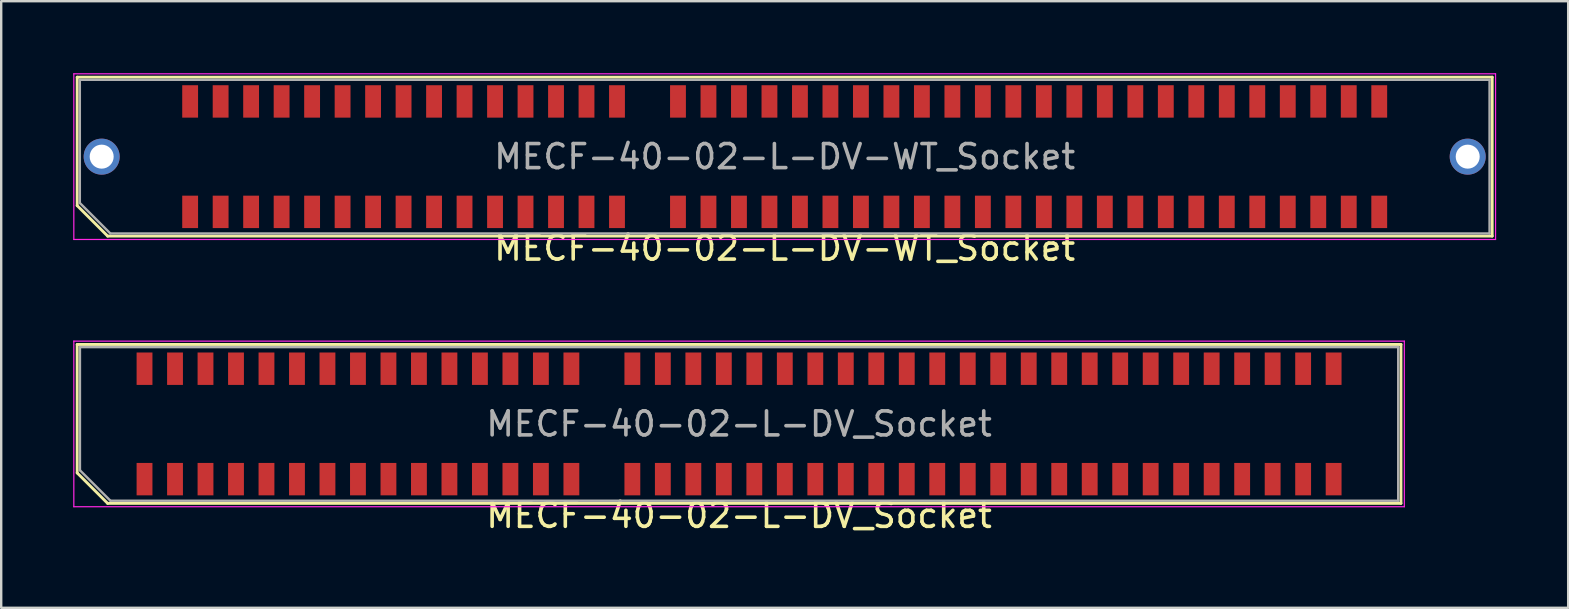
<source format=kicad_pcb>
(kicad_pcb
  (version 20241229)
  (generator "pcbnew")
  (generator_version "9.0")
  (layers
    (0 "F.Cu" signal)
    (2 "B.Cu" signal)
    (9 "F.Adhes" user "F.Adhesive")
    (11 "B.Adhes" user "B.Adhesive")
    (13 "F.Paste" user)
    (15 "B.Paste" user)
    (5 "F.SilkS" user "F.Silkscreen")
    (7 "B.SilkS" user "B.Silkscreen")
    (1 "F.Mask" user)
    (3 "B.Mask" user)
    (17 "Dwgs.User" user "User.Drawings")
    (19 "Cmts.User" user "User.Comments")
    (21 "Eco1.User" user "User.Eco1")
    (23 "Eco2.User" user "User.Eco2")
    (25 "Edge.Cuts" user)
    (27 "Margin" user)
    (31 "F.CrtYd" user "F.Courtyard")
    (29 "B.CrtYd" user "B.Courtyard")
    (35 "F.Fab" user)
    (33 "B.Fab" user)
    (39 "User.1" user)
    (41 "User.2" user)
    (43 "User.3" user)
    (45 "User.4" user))
  (footprint "MECF-40-02-L-DV-WT_Socket"
    (layer "F.Cu")
    (at 29.635 3.475)
    (property "Reference" "MECF-40-02-L-DV-WT_Socket" (at 0 3.81 0) (layer "F.SilkS") (effects (font (size 1 1) (thickness 0.15))))
    (attr smd)
    (fp_line (start -29.47 -3.31) (end 29.47 -3.31) (stroke (width 0.12) (type solid)) (layer "F.SilkS"))
    (fp_line (start -29.47 2.04) (end -29.47 -3.31) (stroke (width 0.12) (type solid)) (layer "F.SilkS"))
    (fp_line (start -28.2 3.31) (end -29.47 2.04) (stroke (width 0.12) (type solid)) (layer "F.SilkS"))
    (fp_line (start -28.2 3.31) (end 29.47 3.31) (stroke (width 0.12) (type solid)) (layer "F.SilkS"))
    (fp_line (start 29.47 3.31) (end 29.47 -3.31) (stroke (width 0.12) (type solid)) (layer "F.SilkS"))
    (fp_line (start -29.61 -3.45) (end -29.61 3.45) (stroke (width 0.05) (type solid)) (layer "F.CrtYd"))
    (fp_line (start -29.61 3.45) (end 29.61 3.45) (stroke (width 0.05) (type solid)) (layer "F.CrtYd"))
    (fp_line (start 29.61 -3.45) (end -29.61 -3.45) (stroke (width 0.05) (type solid)) (layer "F.CrtYd"))
    (fp_line (start 29.61 3.45) (end 29.61 -3.45) (stroke (width 0.05) (type solid)) (layer "F.CrtYd"))
    (fp_line (start -29.36 -3.2) (end 29.36 -3.2) (stroke (width 0.1) (type solid)) (layer "F.Fab"))
    (fp_line (start -29.36 1.93) (end -29.36 -3.2) (stroke (width 0.1) (type solid)) (layer "F.Fab"))
    (fp_line (start -29.36 1.93) (end -28.09 3.2) (stroke (width 0.1) (type solid)) (layer "F.Fab"))
    (fp_line (start -28.09 3.2) (end 29.36 3.2) (stroke (width 0.1) (type solid)) (layer "F.Fab"))
    (fp_line (start 29.36 3.2) (end 29.36 -3.2) (stroke (width 0.1) (type solid)) (layer "F.Fab"))
    (fp_text user "${REFERENCE}" (at 0 0 0) (layer "F.Fab") (effects (font (size 1 1) (thickness 0.15))))
    (pad "" thru_hole circle (at -28.45 0) (size 1.5 1.5) (drill 1) (layers "*.Cu" "*.Mask"))
    (pad "" np_thru_hole circle (at -26.545 0) (size 0.001 0.001) (drill 1.45) (layers "*.Cu" "*.Mask"))
    (pad "" np_thru_hole circle (at 26.545 1) (size 0.001 0.001) (drill 1.45) (layers "*.Cu" "*.Mask"))
    (pad "" thru_hole circle (at 28.45 0) (size 1.5 1.5) (drill 1) (layers "*.Cu" "*.Mask"))
    (pad "1" smd rect (at -24.765 2.3) (size 0.66 1.35) (layers "F.Cu" "F.Mask" "F.Paste"))
    (pad "2" smd rect (at -24.765 -2.3) (size 0.66 1.35) (layers "F.Cu" "F.Mask" "F.Paste"))
    (pad "3" smd rect (at -23.495 2.3) (size 0.66 1.35) (layers "F.Cu" "F.Mask" "F.Paste"))
    (pad "4" smd rect (at -23.495 -2.3) (size 0.66 1.35) (layers "F.Cu" "F.Mask" "F.Paste"))
    (pad "5" smd rect (at -22.225 2.3) (size 0.66 1.35) (layers "F.Cu" "F.Mask" "F.Paste"))
    (pad "6" smd rect (at -22.225 -2.3) (size 0.66 1.35) (layers "F.Cu" "F.Mask" "F.Paste"))
    (pad "7" smd rect (at -20.955 2.3) (size 0.66 1.35) (layers "F.Cu" "F.Mask" "F.Paste"))
    (pad "8" smd rect (at -20.955 -2.3) (size 0.66 1.35) (layers "F.Cu" "F.Mask" "F.Paste"))
    (pad "9" smd rect (at -19.685 2.3) (size 0.66 1.35) (layers "F.Cu" "F.Mask" "F.Paste"))
    (pad "10" smd rect (at -19.685 -2.3) (size 0.66 1.35) (layers "F.Cu" "F.Mask" "F.Paste"))
    (pad "11" smd rect (at -18.415 2.3) (size 0.66 1.35) (layers "F.Cu" "F.Mask" "F.Paste"))
    (pad "12" smd rect (at -18.415 -2.3) (size 0.66 1.35) (layers "F.Cu" "F.Mask" "F.Paste"))
    (pad "13" smd rect (at -17.145 2.3) (size 0.66 1.35) (layers "F.Cu" "F.Mask" "F.Paste"))
    (pad "14" smd rect (at -17.145 -2.3) (size 0.66 1.35) (layers "F.Cu" "F.Mask" "F.Paste"))
    (pad "15" smd rect (at -15.875 2.3) (size 0.66 1.35) (layers "F.Cu" "F.Mask" "F.Paste"))
    (pad "16" smd rect (at -15.875 -2.3) (size 0.66 1.35) (layers "F.Cu" "F.Mask" "F.Paste"))
    (pad "17" smd rect (at -14.605 2.3) (size 0.66 1.35) (layers "F.Cu" "F.Mask" "F.Paste"))
    (pad "18" smd rect (at -14.605 -2.3) (size 0.66 1.35) (layers "F.Cu" "F.Mask" "F.Paste"))
    (pad "19" smd rect (at -13.335 2.3) (size 0.66 1.35) (layers "F.Cu" "F.Mask" "F.Paste"))
    (pad "20" smd rect (at -13.335 -2.3) (size 0.66 1.35) (layers "F.Cu" "F.Mask" "F.Paste"))
    (pad "21" smd rect (at -12.065 2.3) (size 0.66 1.35) (layers "F.Cu" "F.Mask" "F.Paste"))
    (pad "22" smd rect (at -12.065 -2.3) (size 0.66 1.35) (layers "F.Cu" "F.Mask" "F.Paste"))
    (pad "23" smd rect (at -10.795 2.3) (size 0.66 1.35) (layers "F.Cu" "F.Mask" "F.Paste"))
    (pad "24" smd rect (at -10.795 -2.3) (size 0.66 1.35) (layers "F.Cu" "F.Mask" "F.Paste"))
    (pad "25" smd rect (at -9.525 2.3) (size 0.66 1.35) (layers "F.Cu" "F.Mask" "F.Paste"))
    (pad "26" smd rect (at -9.525 -2.3) (size 0.66 1.35) (layers "F.Cu" "F.Mask" "F.Paste"))
    (pad "27" smd rect (at -8.255 2.3) (size 0.66 1.35) (layers "F.Cu" "F.Mask" "F.Paste"))
    (pad "28" smd rect (at -8.255 -2.3) (size 0.66 1.35) (layers "F.Cu" "F.Mask" "F.Paste"))
    (pad "29" smd rect (at -6.985 2.3) (size 0.66 1.35) (layers "F.Cu" "F.Mask" "F.Paste"))
    (pad "30" smd rect (at -6.985 -2.3) (size 0.66 1.35) (layers "F.Cu" "F.Mask" "F.Paste"))
    (pad "33" smd rect (at -4.445 2.3) (size 0.66 1.35) (layers "F.Cu" "F.Mask" "F.Paste"))
    (pad "34" smd rect (at -4.445 -2.3) (size 0.66 1.35) (layers "F.Cu" "F.Mask" "F.Paste"))
    (pad "35" smd rect (at -3.175 2.3) (size 0.66 1.35) (layers "F.Cu" "F.Mask" "F.Paste"))
    (pad "36" smd rect (at -3.175 -2.3) (size 0.66 1.35) (layers "F.Cu" "F.Mask" "F.Paste"))
    (pad "37" smd rect (at -1.905 2.3) (size 0.66 1.35) (layers "F.Cu" "F.Mask" "F.Paste"))
    (pad "38" smd rect (at -1.905 -2.3) (size 0.66 1.35) (layers "F.Cu" "F.Mask" "F.Paste"))
    (pad "39" smd rect (at -0.635 2.3) (size 0.66 1.35) (layers "F.Cu" "F.Mask" "F.Paste"))
    (pad "40" smd rect (at -0.635 -2.3) (size 0.66 1.35) (layers "F.Cu" "F.Mask" "F.Paste"))
    (pad "41" smd rect (at 0.635 2.3) (size 0.66 1.35) (layers "F.Cu" "F.Mask" "F.Paste"))
    (pad "42" smd rect (at 0.635 -2.3) (size 0.66 1.35) (layers "F.Cu" "F.Mask" "F.Paste"))
    (pad "43" smd rect (at 1.905 2.3) (size 0.66 1.35) (layers "F.Cu" "F.Mask" "F.Paste"))
    (pad "44" smd rect (at 1.905 -2.3) (size 0.66 1.35) (layers "F.Cu" "F.Mask" "F.Paste"))
    (pad "45" smd rect (at 3.175 2.3) (size 0.66 1.35) (layers "F.Cu" "F.Mask" "F.Paste"))
    (pad "46" smd rect (at 3.175 -2.3) (size 0.66 1.35) (layers "F.Cu" "F.Mask" "F.Paste"))
    (pad "47" smd rect (at 4.445 2.3) (size 0.66 1.35) (layers "F.Cu" "F.Mask" "F.Paste"))
    (pad "48" smd rect (at 4.445 -2.3) (size 0.66 1.35) (layers "F.Cu" "F.Mask" "F.Paste"))
    (pad "49" smd rect (at 5.715 2.3) (size 0.66 1.35) (layers "F.Cu" "F.Mask" "F.Paste"))
    (pad "50" smd rect (at 5.715 -2.3) (size 0.66 1.35) (layers "F.Cu" "F.Mask" "F.Paste"))
    (pad "51" smd rect (at 6.985 2.3) (size 0.66 1.35) (layers "F.Cu" "F.Mask" "F.Paste"))
    (pad "52" smd rect (at 6.985 -2.3) (size 0.66 1.35) (layers "F.Cu" "F.Mask" "F.Paste"))
    (pad "53" smd rect (at 8.255 2.3) (size 0.66 1.35) (layers "F.Cu" "F.Mask" "F.Paste"))
    (pad "54" smd rect (at 8.255 -2.3) (size 0.66 1.35) (layers "F.Cu" "F.Mask" "F.Paste"))
    (pad "55" smd rect (at 9.525 2.3) (size 0.66 1.35) (layers "F.Cu" "F.Mask" "F.Paste"))
    (pad "56" smd rect (at 9.525 -2.3) (size 0.66 1.35) (layers "F.Cu" "F.Mask" "F.Paste"))
    (pad "57" smd rect (at 10.795 2.3) (size 0.66 1.35) (layers "F.Cu" "F.Mask" "F.Paste"))
    (pad "58" smd rect (at 10.795 -2.3) (size 0.66 1.35) (layers "F.Cu" "F.Mask" "F.Paste"))
    (pad "59" smd rect (at 12.065 2.3) (size 0.66 1.35) (layers "F.Cu" "F.Mask" "F.Paste"))
    (pad "60" smd rect (at 12.065 -2.3) (size 0.66 1.35) (layers "F.Cu" "F.Mask" "F.Paste"))
    (pad "61" smd rect (at 13.335 2.3) (size 0.66 1.35) (layers "F.Cu" "F.Mask" "F.Paste"))
    (pad "62" smd rect (at 13.335 -2.3) (size 0.66 1.35) (layers "F.Cu" "F.Mask" "F.Paste"))
    (pad "63" smd rect (at 14.605 2.3) (size 0.66 1.35) (layers "F.Cu" "F.Mask" "F.Paste"))
    (pad "64" smd rect (at 14.605 -2.3) (size 0.66 1.35) (layers "F.Cu" "F.Mask" "F.Paste"))
    (pad "65" smd rect (at 15.875 2.3) (size 0.66 1.35) (layers "F.Cu" "F.Mask" "F.Paste"))
    (pad "66" smd rect (at 15.875 -2.3) (size 0.66 1.35) (layers "F.Cu" "F.Mask" "F.Paste"))
    (pad "67" smd rect (at 17.145 2.3) (size 0.66 1.35) (layers "F.Cu" "F.Mask" "F.Paste"))
    (pad "68" smd rect (at 17.145 -2.3) (size 0.66 1.35) (layers "F.Cu" "F.Mask" "F.Paste"))
    (pad "69" smd rect (at 18.415 2.3) (size 0.66 1.35) (layers "F.Cu" "F.Mask" "F.Paste"))
    (pad "70" smd rect (at 18.415 -2.3) (size 0.66 1.35) (layers "F.Cu" "F.Mask" "F.Paste"))
    (pad "71" smd rect (at 19.685 2.3) (size 0.66 1.35) (layers "F.Cu" "F.Mask" "F.Paste"))
    (pad "72" smd rect (at 19.685 -2.3) (size 0.66 1.35) (layers "F.Cu" "F.Mask" "F.Paste"))
    (pad "73" smd rect (at 20.955 2.3) (size 0.66 1.35) (layers "F.Cu" "F.Mask" "F.Paste"))
    (pad "74" smd rect (at 20.955 -2.3) (size 0.66 1.35) (layers "F.Cu" "F.Mask" "F.Paste"))
    (pad "75" smd rect (at 22.225 2.3) (size 0.66 1.35) (layers "F.Cu" "F.Mask" "F.Paste"))
    (pad "76" smd rect (at 22.225 -2.3) (size 0.66 1.35) (layers "F.Cu" "F.Mask" "F.Paste"))
    (pad "77" smd rect (at 23.495 2.3) (size 0.66 1.35) (layers "F.Cu" "F.Mask" "F.Paste"))
    (pad "78" smd rect (at 23.495 -2.3) (size 0.66 1.35) (layers "F.Cu" "F.Mask" "F.Paste"))
    (pad "79" smd rect (at 24.765 2.3) (size 0.66 1.35) (layers "F.Cu" "F.Mask" "F.Paste"))
    (pad "80" smd rect (at 24.765 -2.3) (size 0.66 1.35) (layers "F.Cu" "F.Mask" "F.Paste")))
  (footprint "MECF-40-02-L-DV_Socket"
    (layer "F.Cu")
    (at 27.735 14.608)
    (property "Reference" "MECF-40-02-L-DV_Socket" (at 0 3.81 0) (layer "F.SilkS") (effects (font (size 1 1) (thickness 0.15))))
    (attr smd)
    (fp_line (start -27.57 -3.31) (end 27.57 -3.31) (stroke (width 0.12) (type solid)) (layer "F.SilkS"))
    (fp_line (start -27.57 2.04) (end -27.57 -3.31) (stroke (width 0.12) (type solid)) (layer "F.SilkS"))
    (fp_line (start -26.3 3.31) (end -27.57 2.04) (stroke (width 0.12) (type solid)) (layer "F.SilkS"))
    (fp_line (start -26.3 3.31) (end 27.57 3.31) (stroke (width 0.12) (type solid)) (layer "F.SilkS"))
    (fp_line (start 27.57 3.31) (end 27.57 -3.31) (stroke (width 0.12) (type solid)) (layer "F.SilkS"))
    (fp_line (start -27.71 -3.45) (end -27.71 3.45) (stroke (width 0.05) (type solid)) (layer "F.CrtYd"))
    (fp_line (start -27.71 3.45) (end 27.71 3.45) (stroke (width 0.05) (type solid)) (layer "F.CrtYd"))
    (fp_line (start 27.71 -3.45) (end -27.71 -3.45) (stroke (width 0.05) (type solid)) (layer "F.CrtYd"))
    (fp_line (start 27.71 3.45) (end 27.71 -3.45) (stroke (width 0.05) (type solid)) (layer "F.CrtYd"))
    (fp_line (start -27.455 -3.2) (end 27.455 -3.2) (stroke (width 0.1) (type solid)) (layer "F.Fab"))
    (fp_line (start -27.455 1.93) (end -27.455 -3.2) (stroke (width 0.1) (type solid)) (layer "F.Fab"))
    (fp_line (start -27.455 1.93) (end -26.185 3.2) (stroke (width 0.1) (type solid)) (layer "F.Fab"))
    (fp_line (start -26.185 3.2) (end 27.455 3.2) (stroke (width 0.1) (type solid)) (layer "F.Fab"))
    (fp_line (start 27.455 3.2) (end 27.455 -3.2) (stroke (width 0.1) (type solid)) (layer "F.Fab"))
    (fp_text user "${REFERENCE}" (at 0 0 0) (layer "F.Fab") (effects (font (size 1 1) (thickness 0.15))))
    (pad "" np_thru_hole circle (at -26.545 0) (size 0.001 0.001) (drill 1.45) (layers "*.Cu" "*.Mask"))
    (pad "" np_thru_hole circle (at 26.545 1) (size 0.001 0.001) (drill 1.45) (layers "*.Cu" "*.Mask"))
    (pad "1" smd rect (at -24.765 2.3) (size 0.66 1.35) (layers "F.Cu" "F.Mask" "F.Paste"))
    (pad "2" smd rect (at -24.765 -2.3) (size 0.66 1.35) (layers "F.Cu" "F.Mask" "F.Paste"))
    (pad "3" smd rect (at -23.495 2.3) (size 0.66 1.35) (layers "F.Cu" "F.Mask" "F.Paste"))
    (pad "4" smd rect (at -23.495 -2.3) (size 0.66 1.35) (layers "F.Cu" "F.Mask" "F.Paste"))
    (pad "5" smd rect (at -22.225 2.3) (size 0.66 1.35) (layers "F.Cu" "F.Mask" "F.Paste"))
    (pad "6" smd rect (at -22.225 -2.3) (size 0.66 1.35) (layers "F.Cu" "F.Mask" "F.Paste"))
    (pad "7" smd rect (at -20.955 2.3) (size 0.66 1.35) (layers "F.Cu" "F.Mask" "F.Paste"))
    (pad "8" smd rect (at -20.955 -2.3) (size 0.66 1.35) (layers "F.Cu" "F.Mask" "F.Paste"))
    (pad "9" smd rect (at -19.685 2.3) (size 0.66 1.35) (layers "F.Cu" "F.Mask" "F.Paste"))
    (pad "10" smd rect (at -19.685 -2.3) (size 0.66 1.35) (layers "F.Cu" "F.Mask" "F.Paste"))
    (pad "11" smd rect (at -18.415 2.3) (size 0.66 1.35) (layers "F.Cu" "F.Mask" "F.Paste"))
    (pad "12" smd rect (at -18.415 -2.3) (size 0.66 1.35) (layers "F.Cu" "F.Mask" "F.Paste"))
    (pad "13" smd rect (at -17.145 2.3) (size 0.66 1.35) (layers "F.Cu" "F.Mask" "F.Paste"))
    (pad "14" smd rect (at -17.145 -2.3) (size 0.66 1.35) (layers "F.Cu" "F.Mask" "F.Paste"))
    (pad "15" smd rect (at -15.875 2.3) (size 0.66 1.35) (layers "F.Cu" "F.Mask" "F.Paste"))
    (pad "16" smd rect (at -15.875 -2.3) (size 0.66 1.35) (layers "F.Cu" "F.Mask" "F.Paste"))
    (pad "17" smd rect (at -14.605 2.3) (size 0.66 1.35) (layers "F.Cu" "F.Mask" "F.Paste"))
    (pad "18" smd rect (at -14.605 -2.3) (size 0.66 1.35) (layers "F.Cu" "F.Mask" "F.Paste"))
    (pad "19" smd rect (at -13.335 2.3) (size 0.66 1.35) (layers "F.Cu" "F.Mask" "F.Paste"))
    (pad "20" smd rect (at -13.335 -2.3) (size 0.66 1.35) (layers "F.Cu" "F.Mask" "F.Paste"))
    (pad "21" smd rect (at -12.065 2.3) (size 0.66 1.35) (layers "F.Cu" "F.Mask" "F.Paste"))
    (pad "22" smd rect (at -12.065 -2.3) (size 0.66 1.35) (layers "F.Cu" "F.Mask" "F.Paste"))
    (pad "23" smd rect (at -10.795 2.3) (size 0.66 1.35) (layers "F.Cu" "F.Mask" "F.Paste"))
    (pad "24" smd rect (at -10.795 -2.3) (size 0.66 1.35) (layers "F.Cu" "F.Mask" "F.Paste"))
    (pad "25" smd rect (at -9.525 2.3) (size 0.66 1.35) (layers "F.Cu" "F.Mask" "F.Paste"))
    (pad "26" smd rect (at -9.525 -2.3) (size 0.66 1.35) (layers "F.Cu" "F.Mask" "F.Paste"))
    (pad "27" smd rect (at -8.255 2.3) (size 0.66 1.35) (layers "F.Cu" "F.Mask" "F.Paste"))
    (pad "28" smd rect (at -8.255 -2.3) (size 0.66 1.35) (layers "F.Cu" "F.Mask" "F.Paste"))
    (pad "29" smd rect (at -6.985 2.3) (size 0.66 1.35) (layers "F.Cu" "F.Mask" "F.Paste"))
    (pad "30" smd rect (at -6.985 -2.3) (size 0.66 1.35) (layers "F.Cu" "F.Mask" "F.Paste"))
    (pad "33" smd rect (at -4.445 2.3) (size 0.66 1.35) (layers "F.Cu" "F.Mask" "F.Paste"))
    (pad "34" smd rect (at -4.445 -2.3) (size 0.66 1.35) (layers "F.Cu" "F.Mask" "F.Paste"))
    (pad "35" smd rect (at -3.175 2.3) (size 0.66 1.35) (layers "F.Cu" "F.Mask" "F.Paste"))
    (pad "36" smd rect (at -3.175 -2.3) (size 0.66 1.35) (layers "F.Cu" "F.Mask" "F.Paste"))
    (pad "37" smd rect (at -1.905 2.3) (size 0.66 1.35) (layers "F.Cu" "F.Mask" "F.Paste"))
    (pad "38" smd rect (at -1.905 -2.3) (size 0.66 1.35) (layers "F.Cu" "F.Mask" "F.Paste"))
    (pad "39" smd rect (at -0.635 2.3) (size 0.66 1.35) (layers "F.Cu" "F.Mask" "F.Paste"))
    (pad "40" smd rect (at -0.635 -2.3) (size 0.66 1.35) (layers "F.Cu" "F.Mask" "F.Paste"))
    (pad "41" smd rect (at 0.635 2.3) (size 0.66 1.35) (layers "F.Cu" "F.Mask" "F.Paste"))
    (pad "42" smd rect (at 0.635 -2.3) (size 0.66 1.35) (layers "F.Cu" "F.Mask" "F.Paste"))
    (pad "43" smd rect (at 1.905 2.3) (size 0.66 1.35) (layers "F.Cu" "F.Mask" "F.Paste"))
    (pad "44" smd rect (at 1.905 -2.3) (size 0.66 1.35) (layers "F.Cu" "F.Mask" "F.Paste"))
    (pad "45" smd rect (at 3.175 2.3) (size 0.66 1.35) (layers "F.Cu" "F.Mask" "F.Paste"))
    (pad "46" smd rect (at 3.175 -2.3) (size 0.66 1.35) (layers "F.Cu" "F.Mask" "F.Paste"))
    (pad "47" smd rect (at 4.445 2.3) (size 0.66 1.35) (layers "F.Cu" "F.Mask" "F.Paste"))
    (pad "48" smd rect (at 4.445 -2.3) (size 0.66 1.35) (layers "F.Cu" "F.Mask" "F.Paste"))
    (pad "49" smd rect (at 5.715 2.3) (size 0.66 1.35) (layers "F.Cu" "F.Mask" "F.Paste"))
    (pad "50" smd rect (at 5.715 -2.3) (size 0.66 1.35) (layers "F.Cu" "F.Mask" "F.Paste"))
    (pad "51" smd rect (at 6.985 2.3) (size 0.66 1.35) (layers "F.Cu" "F.Mask" "F.Paste"))
    (pad "52" smd rect (at 6.985 -2.3) (size 0.66 1.35) (layers "F.Cu" "F.Mask" "F.Paste"))
    (pad "53" smd rect (at 8.255 2.3) (size 0.66 1.35) (layers "F.Cu" "F.Mask" "F.Paste"))
    (pad "54" smd rect (at 8.255 -2.3) (size 0.66 1.35) (layers "F.Cu" "F.Mask" "F.Paste"))
    (pad "55" smd rect (at 9.525 2.3) (size 0.66 1.35) (layers "F.Cu" "F.Mask" "F.Paste"))
    (pad "56" smd rect (at 9.525 -2.3) (size 0.66 1.35) (layers "F.Cu" "F.Mask" "F.Paste"))
    (pad "57" smd rect (at 10.795 2.3) (size 0.66 1.35) (layers "F.Cu" "F.Mask" "F.Paste"))
    (pad "58" smd rect (at 10.795 -2.3) (size 0.66 1.35) (layers "F.Cu" "F.Mask" "F.Paste"))
    (pad "59" smd rect (at 12.065 2.3) (size 0.66 1.35) (layers "F.Cu" "F.Mask" "F.Paste"))
    (pad "60" smd rect (at 12.065 -2.3) (size 0.66 1.35) (layers "F.Cu" "F.Mask" "F.Paste"))
    (pad "61" smd rect (at 13.335 2.3) (size 0.66 1.35) (layers "F.Cu" "F.Mask" "F.Paste"))
    (pad "62" smd rect (at 13.335 -2.3) (size 0.66 1.35) (layers "F.Cu" "F.Mask" "F.Paste"))
    (pad "63" smd rect (at 14.605 2.3) (size 0.66 1.35) (layers "F.Cu" "F.Mask" "F.Paste"))
    (pad "64" smd rect (at 14.605 -2.3) (size 0.66 1.35) (layers "F.Cu" "F.Mask" "F.Paste"))
    (pad "65" smd rect (at 15.875 2.3) (size 0.66 1.35) (layers "F.Cu" "F.Mask" "F.Paste"))
    (pad "66" smd rect (at 15.875 -2.3) (size 0.66 1.35) (layers "F.Cu" "F.Mask" "F.Paste"))
    (pad "67" smd rect (at 17.145 2.3) (size 0.66 1.35) (layers "F.Cu" "F.Mask" "F.Paste"))
    (pad "68" smd rect (at 17.145 -2.3) (size 0.66 1.35) (layers "F.Cu" "F.Mask" "F.Paste"))
    (pad "69" smd rect (at 18.415 2.3) (size 0.66 1.35) (layers "F.Cu" "F.Mask" "F.Paste"))
    (pad "70" smd rect (at 18.415 -2.3) (size 0.66 1.35) (layers "F.Cu" "F.Mask" "F.Paste"))
    (pad "71" smd rect (at 19.685 2.3) (size 0.66 1.35) (layers "F.Cu" "F.Mask" "F.Paste"))
    (pad "72" smd rect (at 19.685 -2.3) (size 0.66 1.35) (layers "F.Cu" "F.Mask" "F.Paste"))
    (pad "73" smd rect (at 20.955 2.3) (size 0.66 1.35) (layers "F.Cu" "F.Mask" "F.Paste"))
    (pad "74" smd rect (at 20.955 -2.3) (size 0.66 1.35) (layers "F.Cu" "F.Mask" "F.Paste"))
    (pad "75" smd rect (at 22.225 2.3) (size 0.66 1.35) (layers "F.Cu" "F.Mask" "F.Paste"))
    (pad "76" smd rect (at 22.225 -2.3) (size 0.66 1.35) (layers "F.Cu" "F.Mask" "F.Paste"))
    (pad "77" smd rect (at 23.495 2.3) (size 0.66 1.35) (layers "F.Cu" "F.Mask" "F.Paste"))
    (pad "78" smd rect (at 23.495 -2.3) (size 0.66 1.35) (layers "F.Cu" "F.Mask" "F.Paste"))
    (pad "79" smd rect (at 24.765 2.3) (size 0.66 1.35) (layers "F.Cu" "F.Mask" "F.Paste"))
    (pad "80" smd rect (at 24.765 -2.3) (size 0.66 1.35) (layers "F.Cu" "F.Mask" "F.Paste")))
  (gr_rect
    (start -3 -3)
    (end 62.27 22.267)
    (stroke (width 0.1) (type default))
    (fill no)
    (layer "Edge.Cuts")))
</source>
